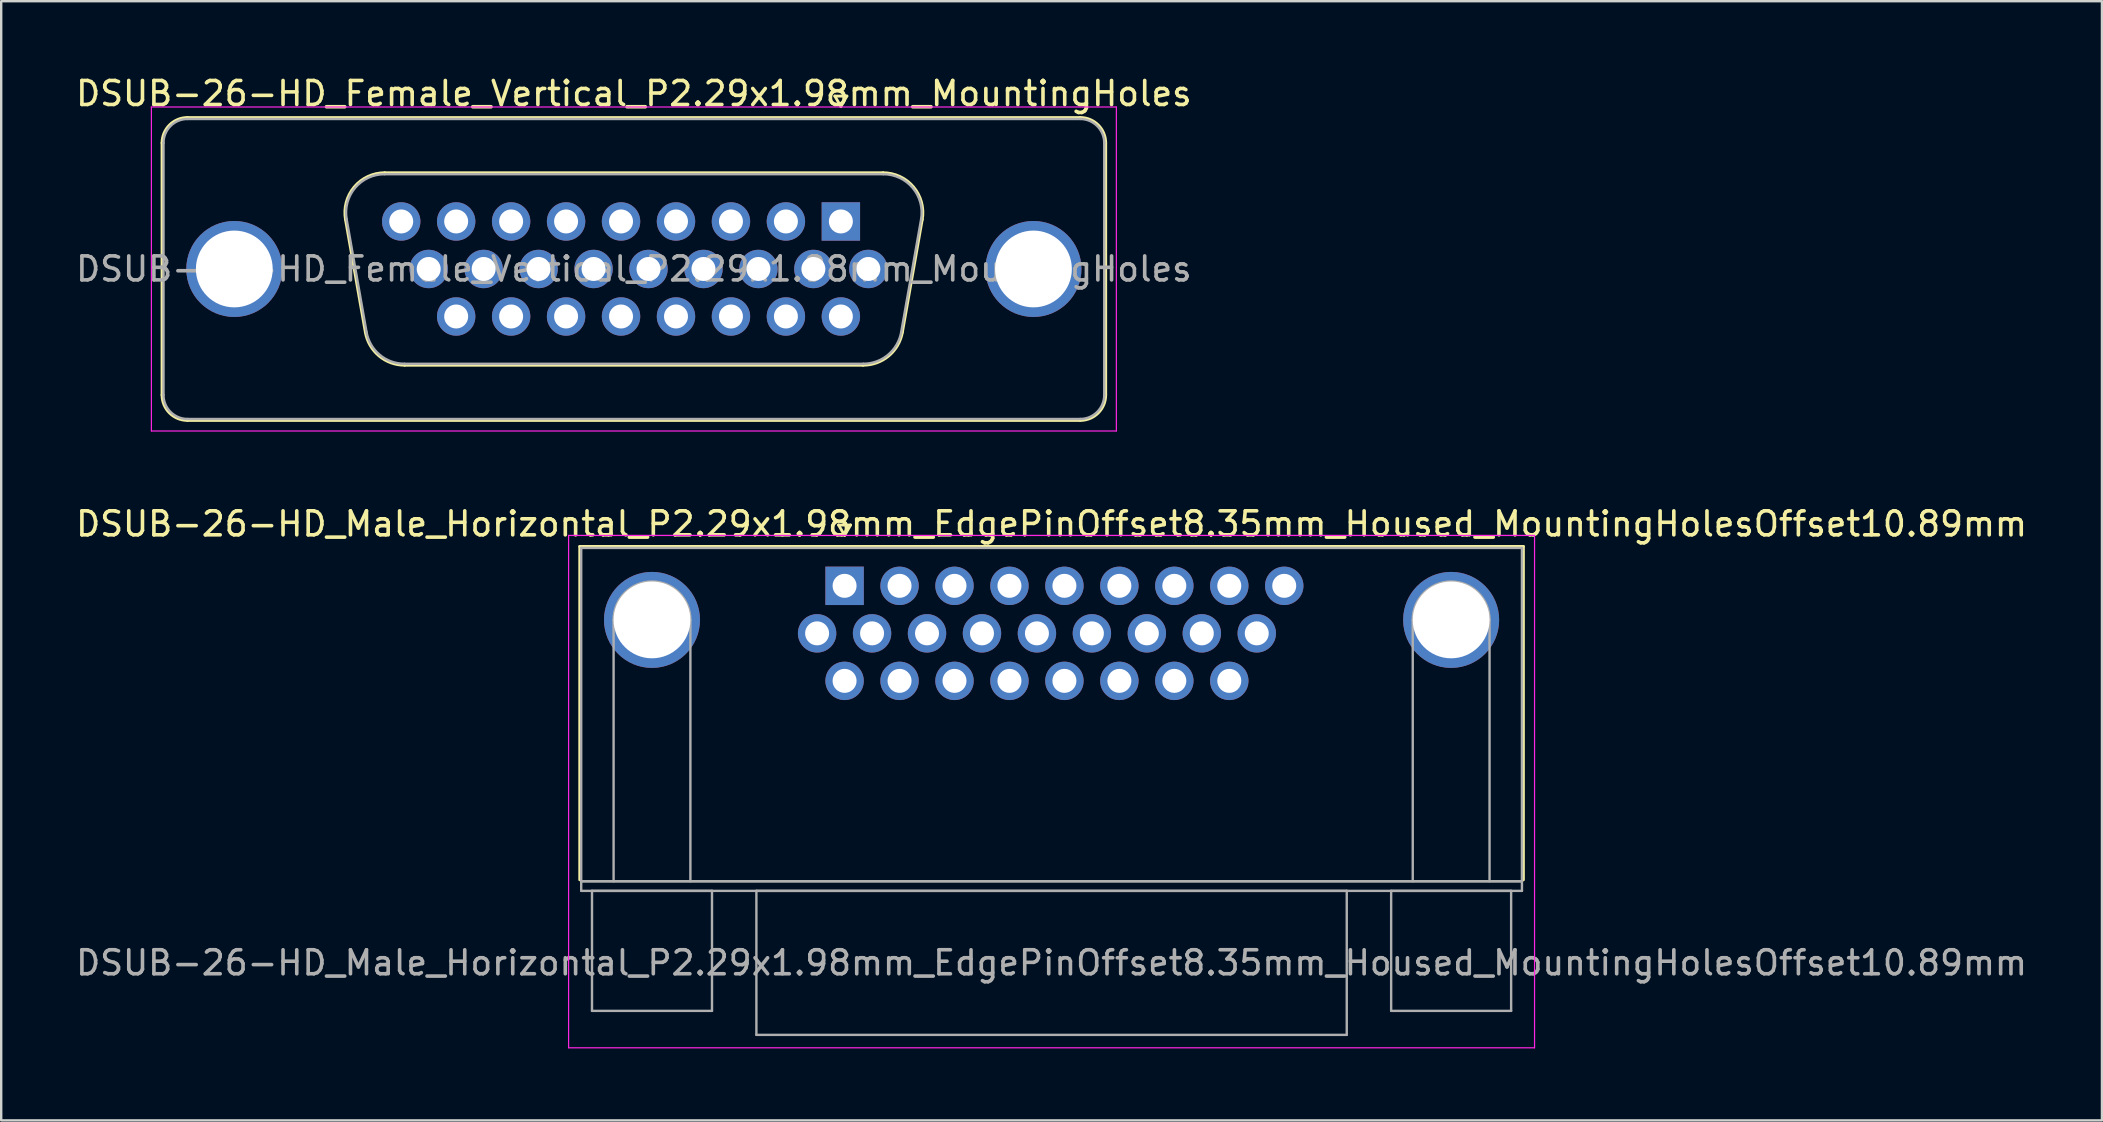
<source format=kicad_pcb>
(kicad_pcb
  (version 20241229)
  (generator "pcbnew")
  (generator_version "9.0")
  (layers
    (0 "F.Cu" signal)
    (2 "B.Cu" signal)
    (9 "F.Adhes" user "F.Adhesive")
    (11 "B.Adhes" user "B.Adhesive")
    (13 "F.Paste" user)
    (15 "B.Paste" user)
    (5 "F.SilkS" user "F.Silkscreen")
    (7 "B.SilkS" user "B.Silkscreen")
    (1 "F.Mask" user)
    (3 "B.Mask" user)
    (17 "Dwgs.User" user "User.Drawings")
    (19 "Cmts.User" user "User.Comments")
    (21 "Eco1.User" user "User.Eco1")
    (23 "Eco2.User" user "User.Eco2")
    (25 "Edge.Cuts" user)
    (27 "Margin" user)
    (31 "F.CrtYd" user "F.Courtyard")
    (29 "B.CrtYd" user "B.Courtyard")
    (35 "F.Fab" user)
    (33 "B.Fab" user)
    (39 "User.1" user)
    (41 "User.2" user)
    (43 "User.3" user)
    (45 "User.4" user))
  (footprint "DSUB-26-HD_Male_Horizontal_P2.29x1.98mm_EdgePinOffset8.35mm_Housed_MountingHolesOffset10.89mm"
    (layer "F.Cu")
    (at 32.143 21.361)
    (property "Reference" "DSUB-26-HD_Male_Horizontal_P2.29x1.98mm_EdgePinOffset8.35mm_Housed_MountingHolesOffset10.89mm" (at 8.625 -2.58 0) (layer "F.SilkS") (effects (font (size 1 1) (thickness 0.15))))
    (attr through_hole)
    (fp_line (start -11.035 -1.64) (end 28.285 -1.64) (stroke (width 0.12) (type solid)) (layer "F.SilkS"))
    (fp_line (start -11.035 12.25) (end -11.035 -1.64) (stroke (width 0.12) (type solid)) (layer "F.SilkS"))
    (fp_line (start -0.25 -2.534) (end 0.25 -2.534) (stroke (width 0.12) (type solid)) (layer "F.SilkS"))
    (fp_line (start 0 -2.101) (end -0.25 -2.534) (stroke (width 0.12) (type solid)) (layer "F.SilkS"))
    (fp_line (start 0.25 -2.534) (end 0 -2.101) (stroke (width 0.12) (type solid)) (layer "F.SilkS"))
    (fp_line (start 28.285 -1.64) (end 28.285 12.25) (stroke (width 0.12) (type solid)) (layer "F.SilkS"))
    (fp_line (start -11.5 -2.1) (end -11.5 19.25) (stroke (width 0.05) (type solid)) (layer "F.CrtYd"))
    (fp_line (start -11.5 19.25) (end 28.75 19.25) (stroke (width 0.05) (type solid)) (layer "F.CrtYd"))
    (fp_line (start 28.75 -2.1) (end -11.5 -2.1) (stroke (width 0.05) (type solid)) (layer "F.CrtYd"))
    (fp_line (start 28.75 19.25) (end 28.75 -2.1) (stroke (width 0.05) (type solid)) (layer "F.CrtYd"))
    (fp_line (start -10.975 -1.58) (end -10.975 12.31) (stroke (width 0.1) (type solid)) (layer "F.Fab"))
    (fp_line (start -10.975 12.31) (end -10.975 12.71) (stroke (width 0.1) (type solid)) (layer "F.Fab"))
    (fp_line (start -10.975 12.31) (end 28.225 12.31) (stroke (width 0.1) (type solid)) (layer "F.Fab"))
    (fp_line (start -10.975 12.71) (end 28.225 12.71) (stroke (width 0.1) (type solid)) (layer "F.Fab"))
    (fp_line (start -10.525 12.71) (end -10.525 17.71) (stroke (width 0.1) (type solid)) (layer "F.Fab"))
    (fp_line (start -10.525 17.71) (end -5.525 17.71) (stroke (width 0.1) (type solid)) (layer "F.Fab"))
    (fp_line (start -9.625 12.31) (end -9.625 1.42) (stroke (width 0.1) (type solid)) (layer "F.Fab"))
    (fp_line (start -6.425 12.31) (end -6.425 1.42) (stroke (width 0.1) (type solid)) (layer "F.Fab"))
    (fp_line (start -5.525 12.71) (end -10.525 12.71) (stroke (width 0.1) (type solid)) (layer "F.Fab"))
    (fp_line (start -5.525 17.71) (end -5.525 12.71) (stroke (width 0.1) (type solid)) (layer "F.Fab"))
    (fp_line (start -3.675 12.71) (end -3.675 18.71) (stroke (width 0.1) (type solid)) (layer "F.Fab"))
    (fp_line (start -3.675 18.71) (end 20.925 18.71) (stroke (width 0.1) (type solid)) (layer "F.Fab"))
    (fp_line (start 20.925 12.71) (end -3.675 12.71) (stroke (width 0.1) (type solid)) (layer "F.Fab"))
    (fp_line (start 20.925 18.71) (end 20.925 12.71) (stroke (width 0.1) (type solid)) (layer "F.Fab"))
    (fp_line (start 22.775 12.71) (end 22.775 17.71) (stroke (width 0.1) (type solid)) (layer "F.Fab"))
    (fp_line (start 22.775 17.71) (end 27.775 17.71) (stroke (width 0.1) (type solid)) (layer "F.Fab"))
    (fp_line (start 23.675 12.31) (end 23.675 1.42) (stroke (width 0.1) (type solid)) (layer "F.Fab"))
    (fp_line (start 26.875 12.31) (end 26.875 1.42) (stroke (width 0.1) (type solid)) (layer "F.Fab"))
    (fp_line (start 27.775 12.71) (end 22.775 12.71) (stroke (width 0.1) (type solid)) (layer "F.Fab"))
    (fp_line (start 27.775 17.71) (end 27.775 12.71) (stroke (width 0.1) (type solid)) (layer "F.Fab"))
    (fp_line (start 28.225 -1.58) (end -10.975 -1.58) (stroke (width 0.1) (type solid)) (layer "F.Fab"))
    (fp_line (start 28.225 12.31) (end -10.975 12.31) (stroke (width 0.1) (type solid)) (layer "F.Fab"))
    (fp_line (start 28.225 12.31) (end 28.225 -1.58) (stroke (width 0.1) (type solid)) (layer "F.Fab"))
    (fp_line (start 28.225 12.71) (end 28.225 12.31) (stroke (width 0.1) (type solid)) (layer "F.Fab"))
    (fp_arc (start -9.625 1.42) (mid -8.025 -0.18) (end -6.425 1.42) (stroke (width 0.1) (type solid)) (layer "F.Fab"))
    (fp_arc (start 23.675 1.42) (mid 25.275 -0.18) (end 26.875 1.42) (stroke (width 0.1) (type solid)) (layer "F.Fab"))
    (fp_text user "${REFERENCE}" (at 8.625 15.71 0) (layer "F.Fab") (effects (font (size 1 1) (thickness 0.15))))
    (pad "0" thru_hole circle (at -8.025 1.42) (size 4 4) (drill 3.2) (layers "*.Cu" "*.Mask"))
    (pad "0" thru_hole circle (at 25.275 1.42) (size 4 4) (drill 3.2) (layers "*.Cu" "*.Mask"))
    (pad "1" thru_hole rect (at 0 0) (size 1.6 1.6) (drill 1) (layers "*.Cu" "*.Mask"))
    (pad "2" thru_hole circle (at 2.29 0) (size 1.6 1.6) (drill 1) (layers "*.Cu" "*.Mask"))
    (pad "3" thru_hole circle (at 4.58 0) (size 1.6 1.6) (drill 1) (layers "*.Cu" "*.Mask"))
    (pad "4" thru_hole circle (at 6.87 0) (size 1.6 1.6) (drill 1) (layers "*.Cu" "*.Mask"))
    (pad "5" thru_hole circle (at 9.16 0) (size 1.6 1.6) (drill 1) (layers "*.Cu" "*.Mask"))
    (pad "6" thru_hole circle (at 11.45 0) (size 1.6 1.6) (drill 1) (layers "*.Cu" "*.Mask"))
    (pad "7" thru_hole circle (at 13.74 0) (size 1.6 1.6) (drill 1) (layers "*.Cu" "*.Mask"))
    (pad "8" thru_hole circle (at 16.03 0) (size 1.6 1.6) (drill 1) (layers "*.Cu" "*.Mask"))
    (pad "9" thru_hole circle (at 18.32 0) (size 1.6 1.6) (drill 1) (layers "*.Cu" "*.Mask"))
    (pad "10" thru_hole circle (at -1.145 1.98) (size 1.6 1.6) (drill 1) (layers "*.Cu" "*.Mask"))
    (pad "11" thru_hole circle (at 1.145 1.98) (size 1.6 1.6) (drill 1) (layers "*.Cu" "*.Mask"))
    (pad "12" thru_hole circle (at 3.435 1.98) (size 1.6 1.6) (drill 1) (layers "*.Cu" "*.Mask"))
    (pad "13" thru_hole circle (at 5.725 1.98) (size 1.6 1.6) (drill 1) (layers "*.Cu" "*.Mask"))
    (pad "14" thru_hole circle (at 8.015 1.98) (size 1.6 1.6) (drill 1) (layers "*.Cu" "*.Mask"))
    (pad "15" thru_hole circle (at 10.305 1.98) (size 1.6 1.6) (drill 1) (layers "*.Cu" "*.Mask"))
    (pad "16" thru_hole circle (at 12.595 1.98) (size 1.6 1.6) (drill 1) (layers "*.Cu" "*.Mask"))
    (pad "17" thru_hole circle (at 14.885 1.98) (size 1.6 1.6) (drill 1) (layers "*.Cu" "*.Mask"))
    (pad "18" thru_hole circle (at 17.175 1.98) (size 1.6 1.6) (drill 1) (layers "*.Cu" "*.Mask"))
    (pad "19" thru_hole circle (at 0 3.96) (size 1.6 1.6) (drill 1) (layers "*.Cu" "*.Mask"))
    (pad "20" thru_hole circle (at 2.29 3.96) (size 1.6 1.6) (drill 1) (layers "*.Cu" "*.Mask"))
    (pad "21" thru_hole circle (at 4.58 3.96) (size 1.6 1.6) (drill 1) (layers "*.Cu" "*.Mask"))
    (pad "22" thru_hole circle (at 6.87 3.96) (size 1.6 1.6) (drill 1) (layers "*.Cu" "*.Mask"))
    (pad "23" thru_hole circle (at 9.16 3.96) (size 1.6 1.6) (drill 1) (layers "*.Cu" "*.Mask"))
    (pad "24" thru_hole circle (at 11.45 3.96) (size 1.6 1.6) (drill 1) (layers "*.Cu" "*.Mask"))
    (pad "25" thru_hole circle (at 13.74 3.96) (size 1.6 1.6) (drill 1) (layers "*.Cu" "*.Mask"))
    (pad "26" thru_hole circle (at 16.03 3.96) (size 1.6 1.6) (drill 1) (layers "*.Cu" "*.Mask")))
  (footprint "DSUB-26-HD_Female_Vertical_P2.29x1.98mm_MountingHoles"
    (layer "F.Cu")
    (at 31.988 6.178)
    (property "Reference" "DSUB-26-HD_Female_Vertical_P2.29x1.98mm_MountingHoles" (at -8.625 -5.33 0) (layer "F.SilkS") (effects (font (size 1 1) (thickness 0.15))))
    (attr through_hole)
    (fp_line (start -28.285 7.23) (end -28.285 -3.27) (stroke (width 0.12) (type solid)) (layer "F.SilkS"))
    (fp_line (start -27.225 -4.33) (end 9.975 -4.33) (stroke (width 0.12) (type solid)) (layer "F.SilkS"))
    (fp_line (start -20.641 -0.082) (end -19.813 4.618) (stroke (width 0.12) (type solid)) (layer "F.SilkS"))
    (fp_line (start -19.007 -2.03) (end 1.757 -2.03) (stroke (width 0.12) (type solid)) (layer "F.SilkS"))
    (fp_line (start -18.178 5.99) (end 0.928 5.99) (stroke (width 0.12) (type solid)) (layer "F.SilkS"))
    (fp_line (start -0.25 -5.224) (end 0.25 -5.224) (stroke (width 0.12) (type solid)) (layer "F.SilkS"))
    (fp_line (start 0 -4.791) (end -0.25 -5.224) (stroke (width 0.12) (type solid)) (layer "F.SilkS"))
    (fp_line (start 0.25 -5.224) (end 0 -4.791) (stroke (width 0.12) (type solid)) (layer "F.SilkS"))
    (fp_line (start 3.391 -0.082) (end 2.563 4.618) (stroke (width 0.12) (type solid)) (layer "F.SilkS"))
    (fp_line (start 9.975 8.29) (end -27.225 8.29) (stroke (width 0.12) (type solid)) (layer "F.SilkS"))
    (fp_line (start 11.035 -3.27) (end 11.035 7.23) (stroke (width 0.12) (type solid)) (layer "F.SilkS"))
    (fp_arc (start -28.285 -3.27) (mid -27.974533 -4.019533) (end -27.225 -4.33) (stroke (width 0.12) (type solid)) (layer "F.SilkS"))
    (fp_arc (start -27.225 8.29) (mid -27.974533 7.979533) (end -28.285 7.23) (stroke (width 0.12) (type solid)) (layer "F.SilkS"))
    (fp_arc (start -20.64147 -0.081744) (mid -20.278323 -1.437027) (end -19.006689 -2.03) (stroke (width 0.12) (type solid)) (layer "F.SilkS"))
    (fp_arc (start -18.177952 5.99) (mid -19.24498 5.601634) (end -19.812733 4.618256) (stroke (width 0.12) (type solid)) (layer "F.SilkS"))
    (fp_arc (start 1.756689 -2.03) (mid 3.028323 -1.437027) (end 3.39147 -0.081744) (stroke (width 0.12) (type solid)) (layer "F.SilkS"))
    (fp_arc (start 2.562733 4.618256) (mid 1.99498 5.601634) (end 0.927952 5.99) (stroke (width 0.12) (type solid)) (layer "F.SilkS"))
    (fp_arc (start 9.975 -4.33) (mid 10.724533 -4.019533) (end 11.035 -3.27) (stroke (width 0.12) (type solid)) (layer "F.SilkS"))
    (fp_arc (start 11.035 7.23) (mid 10.724533 7.979533) (end 9.975 8.29) (stroke (width 0.12) (type solid)) (layer "F.SilkS"))
    (fp_line (start -28.73 -4.77) (end -28.73 8.73) (stroke (width 0.05) (type solid)) (layer "F.CrtYd"))
    (fp_line (start -28.73 8.73) (end 11.48 8.73) (stroke (width 0.05) (type solid)) (layer "F.CrtYd"))
    (fp_line (start 11.48 -4.77) (end -28.73 -4.77) (stroke (width 0.05) (type solid)) (layer "F.CrtYd"))
    (fp_line (start 11.48 8.73) (end 11.48 -4.77) (stroke (width 0.05) (type solid)) (layer "F.CrtYd"))
    (fp_line (start -28.225 7.23) (end -28.225 -3.27) (stroke (width 0.1) (type solid)) (layer "F.Fab"))
    (fp_line (start -27.225 -4.27) (end 9.975 -4.27) (stroke (width 0.1) (type solid)) (layer "F.Fab"))
    (fp_line (start -20.594 -0.092) (end -19.765 4.608) (stroke (width 0.1) (type solid)) (layer "F.Fab"))
    (fp_line (start -19.018 -1.97) (end 1.768 -1.97) (stroke (width 0.1) (type solid)) (layer "F.Fab"))
    (fp_line (start -18.189 5.93) (end 0.939 5.93) (stroke (width 0.1) (type solid)) (layer "F.Fab"))
    (fp_line (start 3.344 -0.092) (end 2.515 4.608) (stroke (width 0.1) (type solid)) (layer "F.Fab"))
    (fp_line (start 9.975 8.23) (end -27.225 8.23) (stroke (width 0.1) (type solid)) (layer "F.Fab"))
    (fp_line (start 10.975 -3.27) (end 10.975 7.23) (stroke (width 0.1) (type solid)) (layer "F.Fab"))
    (fp_arc (start -28.225 -3.27) (mid -27.932107 -3.977107) (end -27.225 -4.27) (stroke (width 0.1) (type solid)) (layer "F.Fab"))
    (fp_arc (start -27.225 8.23) (mid -27.932107 7.937107) (end -28.225 7.23) (stroke (width 0.1) (type solid)) (layer "F.Fab"))
    (fp_arc (start -20.593887 -0.092163) (mid -20.243865 -1.39846) (end -19.018194 -1.97) (stroke (width 0.1) (type solid)) (layer "F.Fab"))
    (fp_arc (start -18.189457 5.93) (mid -19.217918 5.555671) (end -19.76515 4.607837) (stroke (width 0.1) (type solid)) (layer "F.Fab"))
    (fp_arc (start 1.768194 -1.97) (mid 2.993865 -1.39846) (end 3.343887 -0.092163) (stroke (width 0.1) (type solid)) (layer "F.Fab"))
    (fp_arc (start 2.51515 4.607837) (mid 1.967918 5.555671) (end 0.939457 5.93) (stroke (width 0.1) (type solid)) (layer "F.Fab"))
    (fp_arc (start 9.975 -4.27) (mid 10.682107 -3.977107) (end 10.975 -3.27) (stroke (width 0.1) (type solid)) (layer "F.Fab"))
    (fp_arc (start 10.975 7.23) (mid 10.682107 7.937107) (end 9.975 8.23) (stroke (width 0.1) (type solid)) (layer "F.Fab"))
    (fp_text user "${REFERENCE}" (at -8.625 1.98 0) (layer "F.Fab") (effects (font (size 1 1) (thickness 0.15))))
    (pad "0" thru_hole circle (at -25.275 1.98) (size 4 4) (drill 3.2) (layers "*.Cu" "*.Mask"))
    (pad "0" thru_hole circle (at 8.025 1.98) (size 4 4) (drill 3.2) (layers "*.Cu" "*.Mask"))
    (pad "1" thru_hole rect (at 0 0) (size 1.6 1.6) (drill 1) (layers "*.Cu" "*.Mask"))
    (pad "2" thru_hole circle (at -2.29 0) (size 1.6 1.6) (drill 1) (layers "*.Cu" "*.Mask"))
    (pad "3" thru_hole circle (at -4.58 0) (size 1.6 1.6) (drill 1) (layers "*.Cu" "*.Mask"))
    (pad "4" thru_hole circle (at -6.87 0) (size 1.6 1.6) (drill 1) (layers "*.Cu" "*.Mask"))
    (pad "5" thru_hole circle (at -9.16 0) (size 1.6 1.6) (drill 1) (layers "*.Cu" "*.Mask"))
    (pad "6" thru_hole circle (at -11.45 0) (size 1.6 1.6) (drill 1) (layers "*.Cu" "*.Mask"))
    (pad "7" thru_hole circle (at -13.74 0) (size 1.6 1.6) (drill 1) (layers "*.Cu" "*.Mask"))
    (pad "8" thru_hole circle (at -16.03 0) (size 1.6 1.6) (drill 1) (layers "*.Cu" "*.Mask"))
    (pad "9" thru_hole circle (at -18.32 0) (size 1.6 1.6) (drill 1) (layers "*.Cu" "*.Mask"))
    (pad "10" thru_hole circle (at 1.145 1.98) (size 1.6 1.6) (drill 1) (layers "*.Cu" "*.Mask"))
    (pad "11" thru_hole circle (at -1.145 1.98) (size 1.6 1.6) (drill 1) (layers "*.Cu" "*.Mask"))
    (pad "12" thru_hole circle (at -3.435 1.98) (size 1.6 1.6) (drill 1) (layers "*.Cu" "*.Mask"))
    (pad "13" thru_hole circle (at -5.725 1.98) (size 1.6 1.6) (drill 1) (layers "*.Cu" "*.Mask"))
    (pad "14" thru_hole circle (at -8.015 1.98) (size 1.6 1.6) (drill 1) (layers "*.Cu" "*.Mask"))
    (pad "15" thru_hole circle (at -10.305 1.98) (size 1.6 1.6) (drill 1) (layers "*.Cu" "*.Mask"))
    (pad "16" thru_hole circle (at -12.595 1.98) (size 1.6 1.6) (drill 1) (layers "*.Cu" "*.Mask"))
    (pad "17" thru_hole circle (at -14.885 1.98) (size 1.6 1.6) (drill 1) (layers "*.Cu" "*.Mask"))
    (pad "18" thru_hole circle (at -17.175 1.98) (size 1.6 1.6) (drill 1) (layers "*.Cu" "*.Mask"))
    (pad "19" thru_hole circle (at 0 3.96) (size 1.6 1.6) (drill 1) (layers "*.Cu" "*.Mask"))
    (pad "20" thru_hole circle (at -2.29 3.96) (size 1.6 1.6) (drill 1) (layers "*.Cu" "*.Mask"))
    (pad "21" thru_hole circle (at -4.58 3.96) (size 1.6 1.6) (drill 1) (layers "*.Cu" "*.Mask"))
    (pad "22" thru_hole circle (at -6.87 3.96) (size 1.6 1.6) (drill 1) (layers "*.Cu" "*.Mask"))
    (pad "23" thru_hole circle (at -9.16 3.96) (size 1.6 1.6) (drill 1) (layers "*.Cu" "*.Mask"))
    (pad "24" thru_hole circle (at -11.45 3.96) (size 1.6 1.6) (drill 1) (layers "*.Cu" "*.Mask"))
    (pad "25" thru_hole circle (at -13.74 3.96) (size 1.6 1.6) (drill 1) (layers "*.Cu" "*.Mask"))
    (pad "26" thru_hole circle (at -16.03 3.96) (size 1.6 1.6) (drill 1) (layers "*.Cu" "*.Mask")))
  (gr_rect
    (start -3 -3)
    (end 84.536 43.636)
    (stroke (width 0.1) (type default))
    (fill no)
    (layer "Edge.Cuts")))
</source>
